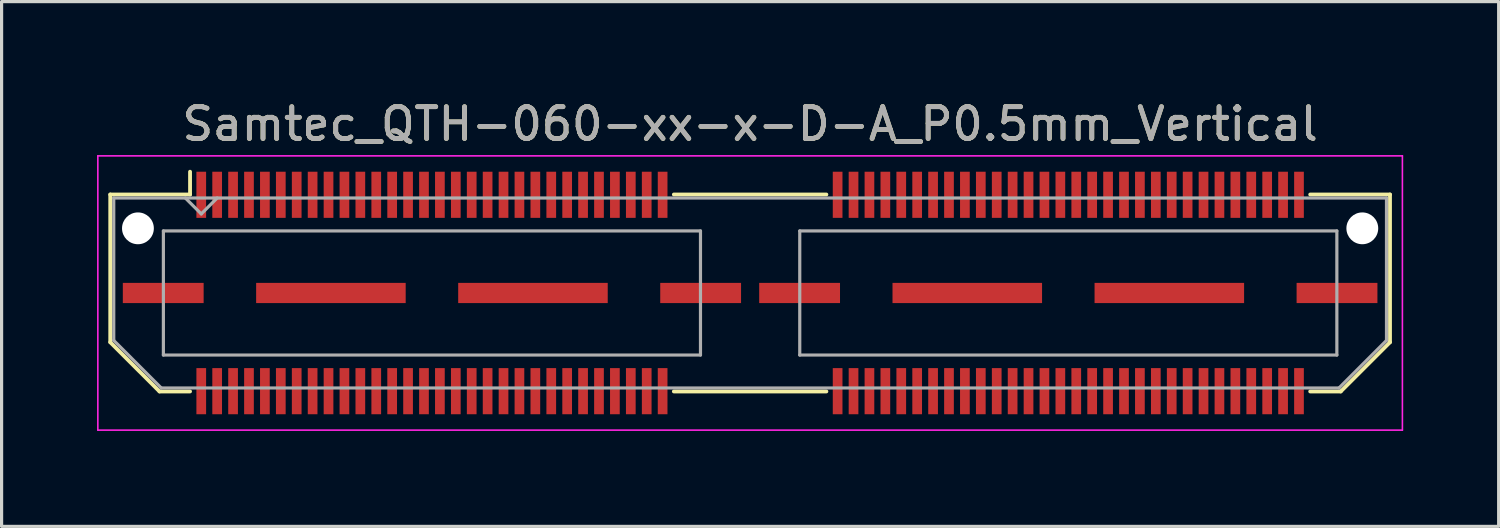
<source format=kicad_pcb>
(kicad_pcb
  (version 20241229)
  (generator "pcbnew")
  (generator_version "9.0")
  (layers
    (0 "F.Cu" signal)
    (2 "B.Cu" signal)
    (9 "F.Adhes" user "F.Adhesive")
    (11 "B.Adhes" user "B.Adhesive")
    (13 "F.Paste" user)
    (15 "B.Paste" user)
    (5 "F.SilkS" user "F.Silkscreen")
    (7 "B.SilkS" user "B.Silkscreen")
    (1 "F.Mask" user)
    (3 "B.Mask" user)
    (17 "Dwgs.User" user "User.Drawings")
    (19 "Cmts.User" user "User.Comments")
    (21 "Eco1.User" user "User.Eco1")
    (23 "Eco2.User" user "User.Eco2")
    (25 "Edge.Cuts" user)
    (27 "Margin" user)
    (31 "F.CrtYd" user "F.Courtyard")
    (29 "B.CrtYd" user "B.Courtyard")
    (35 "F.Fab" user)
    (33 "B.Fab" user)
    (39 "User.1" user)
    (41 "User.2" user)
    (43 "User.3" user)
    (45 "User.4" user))
  (footprint "Samtec_QTH-060-xx-x-D-A_P0.5mm_Vertical"
    (layer "F.Cu")
    (at 20.525 6.158)
    (property "Reference" "Samtec_QTH-060-xx-x-D-A_P0.5mm_Vertical" (at 0 -5.31 0) (layer "F.SilkS") (effects (font (size 1 1) (thickness 0.15))))
    (attr smd)
    (fp_line (start -20.11 -3.095) (end -20.11 1.548) (stroke (width 0.12) (type solid)) (layer "F.SilkS"))
    (fp_line (start -20.11 1.548) (end -18.562 3.095) (stroke (width 0.12) (type solid)) (layer "F.SilkS"))
    (fp_line (start -18.562 3.095) (end -17.602 3.095) (stroke (width 0.12) (type solid)) (layer "F.SilkS"))
    (fp_line (start -17.602 -3.811) (end -17.602 -3.095) (stroke (width 0.12) (type solid)) (layer "F.SilkS"))
    (fp_line (start -17.602 -3.095) (end -20.11 -3.095) (stroke (width 0.12) (type solid)) (layer "F.SilkS"))
    (fp_line (start -2.397 -3.095) (end 2.397 -3.095) (stroke (width 0.12) (type solid)) (layer "F.SilkS"))
    (fp_line (start -2.397 3.095) (end 2.397 3.095) (stroke (width 0.12) (type solid)) (layer "F.SilkS"))
    (fp_line (start 17.602 -3.095) (end 20.11 -3.095) (stroke (width 0.12) (type solid)) (layer "F.SilkS"))
    (fp_line (start 18.562 3.095) (end 17.602 3.095) (stroke (width 0.12) (type solid)) (layer "F.SilkS"))
    (fp_line (start 20.11 -3.095) (end 20.11 1.548) (stroke (width 0.12) (type solid)) (layer "F.SilkS"))
    (fp_line (start 20.11 1.548) (end 18.562 3.095) (stroke (width 0.12) (type solid)) (layer "F.SilkS"))
    (fp_line (start -20.5 -4.31) (end -20.5 4.31) (stroke (width 0.05) (type solid)) (layer "F.CrtYd"))
    (fp_line (start -20.5 4.31) (end 20.5 4.31) (stroke (width 0.05) (type solid)) (layer "F.CrtYd"))
    (fp_line (start 20.5 -4.31) (end -20.5 -4.31) (stroke (width 0.05) (type solid)) (layer "F.CrtYd"))
    (fp_line (start 20.5 4.31) (end 20.5 -4.31) (stroke (width 0.05) (type solid)) (layer "F.CrtYd"))
    (fp_line (start -20 -2.985) (end -20 1.492) (stroke (width 0.1) (type solid)) (layer "F.Fab"))
    (fp_line (start -20 -2.985) (end 20 -2.985) (stroke (width 0.1) (type solid)) (layer "F.Fab"))
    (fp_line (start -20 1.492) (end -18.508 2.985) (stroke (width 0.1) (type solid)) (layer "F.Fab"))
    (fp_line (start -18.508 2.985) (end 18.508 2.985) (stroke (width 0.1) (type solid)) (layer "F.Fab"))
    (fp_line (start -18.44 -1.95) (end -18.44 1.95) (stroke (width 0.1) (type solid)) (layer "F.Fab"))
    (fp_line (start -18.44 1.95) (end -1.56 1.95) (stroke (width 0.1) (type solid)) (layer "F.Fab"))
    (fp_line (start -17.25 -2.485) (end -17.75 -2.985) (stroke (width 0.1) (type solid)) (layer "F.Fab"))
    (fp_line (start -16.75 -2.985) (end -17.25 -2.485) (stroke (width 0.1) (type solid)) (layer "F.Fab"))
    (fp_line (start -1.56 -1.95) (end -18.44 -1.95) (stroke (width 0.1) (type solid)) (layer "F.Fab"))
    (fp_line (start -1.56 1.95) (end -1.56 -1.95) (stroke (width 0.1) (type solid)) (layer "F.Fab"))
    (fp_line (start 1.56 -1.95) (end 1.56 1.95) (stroke (width 0.1) (type solid)) (layer "F.Fab"))
    (fp_line (start 1.56 1.95) (end 18.44 1.95) (stroke (width 0.1) (type solid)) (layer "F.Fab"))
    (fp_line (start 18.44 -1.95) (end 1.56 -1.95) (stroke (width 0.1) (type solid)) (layer "F.Fab"))
    (fp_line (start 18.44 1.95) (end 18.44 -1.95) (stroke (width 0.1) (type solid)) (layer "F.Fab"))
    (fp_line (start 20 -2.985) (end 20 1.492) (stroke (width 0.1) (type solid)) (layer "F.Fab"))
    (fp_line (start 20 1.492) (end 18.508 2.985) (stroke (width 0.1) (type solid)) (layer "F.Fab"))
    (fp_text user "${REFERENCE}" (at 0 -5.31 0) (layer "F.Fab") (effects (font (size 1 1) (thickness 0.15))))
    (pad "" np_thru_hole circle (at -19.24 -2.032) (size 1 1) (drill 1) (layers "*.Cu" "*.Mask"))
    (pad "" np_thru_hole circle (at 19.24 -2.032) (size 1 1) (drill 1) (layers "*.Cu" "*.Mask"))
    (pad "1" smd rect (at -17.25 -3.086) (size 0.305 1.45) (layers "F.Cu" "F.Mask" "F.Paste"))
    (pad "2" smd rect (at -17.25 3.086) (size 0.305 1.45) (layers "F.Cu" "F.Mask" "F.Paste"))
    (pad "3" smd rect (at -16.75 -3.086) (size 0.305 1.45) (layers "F.Cu" "F.Mask" "F.Paste"))
    (pad "4" smd rect (at -16.75 3.086) (size 0.305 1.45) (layers "F.Cu" "F.Mask" "F.Paste"))
    (pad "5" smd rect (at -16.25 -3.086) (size 0.305 1.45) (layers "F.Cu" "F.Mask" "F.Paste"))
    (pad "6" smd rect (at -16.25 3.086) (size 0.305 1.45) (layers "F.Cu" "F.Mask" "F.Paste"))
    (pad "7" smd rect (at -15.75 -3.086) (size 0.305 1.45) (layers "F.Cu" "F.Mask" "F.Paste"))
    (pad "8" smd rect (at -15.75 3.086) (size 0.305 1.45) (layers "F.Cu" "F.Mask" "F.Paste"))
    (pad "9" smd rect (at -15.25 -3.086) (size 0.305 1.45) (layers "F.Cu" "F.Mask" "F.Paste"))
    (pad "10" smd rect (at -15.25 3.086) (size 0.305 1.45) (layers "F.Cu" "F.Mask" "F.Paste"))
    (pad "11" smd rect (at -14.75 -3.086) (size 0.305 1.45) (layers "F.Cu" "F.Mask" "F.Paste"))
    (pad "12" smd rect (at -14.75 3.086) (size 0.305 1.45) (layers "F.Cu" "F.Mask" "F.Paste"))
    (pad "13" smd rect (at -14.25 -3.086) (size 0.305 1.45) (layers "F.Cu" "F.Mask" "F.Paste"))
    (pad "14" smd rect (at -14.25 3.086) (size 0.305 1.45) (layers "F.Cu" "F.Mask" "F.Paste"))
    (pad "15" smd rect (at -13.75 -3.086) (size 0.305 1.45) (layers "F.Cu" "F.Mask" "F.Paste"))
    (pad "16" smd rect (at -13.75 3.086) (size 0.305 1.45) (layers "F.Cu" "F.Mask" "F.Paste"))
    (pad "17" smd rect (at -13.25 -3.086) (size 0.305 1.45) (layers "F.Cu" "F.Mask" "F.Paste"))
    (pad "18" smd rect (at -13.25 3.086) (size 0.305 1.45) (layers "F.Cu" "F.Mask" "F.Paste"))
    (pad "19" smd rect (at -12.75 -3.086) (size 0.305 1.45) (layers "F.Cu" "F.Mask" "F.Paste"))
    (pad "20" smd rect (at -12.75 3.086) (size 0.305 1.45) (layers "F.Cu" "F.Mask" "F.Paste"))
    (pad "21" smd rect (at -12.25 -3.086) (size 0.305 1.45) (layers "F.Cu" "F.Mask" "F.Paste"))
    (pad "22" smd rect (at -12.25 3.086) (size 0.305 1.45) (layers "F.Cu" "F.Mask" "F.Paste"))
    (pad "23" smd rect (at -11.75 -3.086) (size 0.305 1.45) (layers "F.Cu" "F.Mask" "F.Paste"))
    (pad "24" smd rect (at -11.75 3.086) (size 0.305 1.45) (layers "F.Cu" "F.Mask" "F.Paste"))
    (pad "25" smd rect (at -11.25 -3.086) (size 0.305 1.45) (layers "F.Cu" "F.Mask" "F.Paste"))
    (pad "26" smd rect (at -11.25 3.086) (size 0.305 1.45) (layers "F.Cu" "F.Mask" "F.Paste"))
    (pad "27" smd rect (at -10.75 -3.086) (size 0.305 1.45) (layers "F.Cu" "F.Mask" "F.Paste"))
    (pad "28" smd rect (at -10.75 3.086) (size 0.305 1.45) (layers "F.Cu" "F.Mask" "F.Paste"))
    (pad "29" smd rect (at -10.25 -3.086) (size 0.305 1.45) (layers "F.Cu" "F.Mask" "F.Paste"))
    (pad "30" smd rect (at -10.25 3.086) (size 0.305 1.45) (layers "F.Cu" "F.Mask" "F.Paste"))
    (pad "31" smd rect (at -9.75 -3.086) (size 0.305 1.45) (layers "F.Cu" "F.Mask" "F.Paste"))
    (pad "32" smd rect (at -9.75 3.086) (size 0.305 1.45) (layers "F.Cu" "F.Mask" "F.Paste"))
    (pad "33" smd rect (at -9.25 -3.086) (size 0.305 1.45) (layers "F.Cu" "F.Mask" "F.Paste"))
    (pad "34" smd rect (at -9.25 3.086) (size 0.305 1.45) (layers "F.Cu" "F.Mask" "F.Paste"))
    (pad "35" smd rect (at -8.75 -3.086) (size 0.305 1.45) (layers "F.Cu" "F.Mask" "F.Paste"))
    (pad "36" smd rect (at -8.75 3.086) (size 0.305 1.45) (layers "F.Cu" "F.Mask" "F.Paste"))
    (pad "37" smd rect (at -8.25 -3.086) (size 0.305 1.45) (layers "F.Cu" "F.Mask" "F.Paste"))
    (pad "38" smd rect (at -8.25 3.086) (size 0.305 1.45) (layers "F.Cu" "F.Mask" "F.Paste"))
    (pad "39" smd rect (at -7.75 -3.086) (size 0.305 1.45) (layers "F.Cu" "F.Mask" "F.Paste"))
    (pad "40" smd rect (at -7.75 3.086) (size 0.305 1.45) (layers "F.Cu" "F.Mask" "F.Paste"))
    (pad "41" smd rect (at -7.25 -3.086) (size 0.305 1.45) (layers "F.Cu" "F.Mask" "F.Paste"))
    (pad "42" smd rect (at -7.25 3.086) (size 0.305 1.45) (layers "F.Cu" "F.Mask" "F.Paste"))
    (pad "43" smd rect (at -6.75 -3.086) (size 0.305 1.45) (layers "F.Cu" "F.Mask" "F.Paste"))
    (pad "44" smd rect (at -6.75 3.086) (size 0.305 1.45) (layers "F.Cu" "F.Mask" "F.Paste"))
    (pad "45" smd rect (at -6.25 -3.086) (size 0.305 1.45) (layers "F.Cu" "F.Mask" "F.Paste"))
    (pad "46" smd rect (at -6.25 3.086) (size 0.305 1.45) (layers "F.Cu" "F.Mask" "F.Paste"))
    (pad "47" smd rect (at -5.75 -3.086) (size 0.305 1.45) (layers "F.Cu" "F.Mask" "F.Paste"))
    (pad "48" smd rect (at -5.75 3.086) (size 0.305 1.45) (layers "F.Cu" "F.Mask" "F.Paste"))
    (pad "49" smd rect (at -5.25 -3.086) (size 0.305 1.45) (layers "F.Cu" "F.Mask" "F.Paste"))
    (pad "50" smd rect (at -5.25 3.086) (size 0.305 1.45) (layers "F.Cu" "F.Mask" "F.Paste"))
    (pad "51" smd rect (at -4.75 -3.086) (size 0.305 1.45) (layers "F.Cu" "F.Mask" "F.Paste"))
    (pad "52" smd rect (at -4.75 3.086) (size 0.305 1.45) (layers "F.Cu" "F.Mask" "F.Paste"))
    (pad "53" smd rect (at -4.25 -3.086) (size 0.305 1.45) (layers "F.Cu" "F.Mask" "F.Paste"))
    (pad "54" smd rect (at -4.25 3.086) (size 0.305 1.45) (layers "F.Cu" "F.Mask" "F.Paste"))
    (pad "55" smd rect (at -3.75 -3.086) (size 0.305 1.45) (layers "F.Cu" "F.Mask" "F.Paste"))
    (pad "56" smd rect (at -3.75 3.086) (size 0.305 1.45) (layers "F.Cu" "F.Mask" "F.Paste"))
    (pad "57" smd rect (at -3.25 -3.086) (size 0.305 1.45) (layers "F.Cu" "F.Mask" "F.Paste"))
    (pad "58" smd rect (at -3.25 3.086) (size 0.305 1.45) (layers "F.Cu" "F.Mask" "F.Paste"))
    (pad "59" smd rect (at -2.75 -3.086) (size 0.305 1.45) (layers "F.Cu" "F.Mask" "F.Paste"))
    (pad "60" smd rect (at -2.75 3.086) (size 0.305 1.45) (layers "F.Cu" "F.Mask" "F.Paste"))
    (pad "61" smd rect (at 2.75 -3.086) (size 0.305 1.45) (layers "F.Cu" "F.Mask" "F.Paste"))
    (pad "62" smd rect (at 2.75 3.086) (size 0.305 1.45) (layers "F.Cu" "F.Mask" "F.Paste"))
    (pad "63" smd rect (at 3.25 -3.086) (size 0.305 1.45) (layers "F.Cu" "F.Mask" "F.Paste"))
    (pad "64" smd rect (at 3.25 3.086) (size 0.305 1.45) (layers "F.Cu" "F.Mask" "F.Paste"))
    (pad "65" smd rect (at 3.75 -3.086) (size 0.305 1.45) (layers "F.Cu" "F.Mask" "F.Paste"))
    (pad "66" smd rect (at 3.75 3.086) (size 0.305 1.45) (layers "F.Cu" "F.Mask" "F.Paste"))
    (pad "67" smd rect (at 4.25 -3.086) (size 0.305 1.45) (layers "F.Cu" "F.Mask" "F.Paste"))
    (pad "68" smd rect (at 4.25 3.086) (size 0.305 1.45) (layers "F.Cu" "F.Mask" "F.Paste"))
    (pad "69" smd rect (at 4.75 -3.086) (size 0.305 1.45) (layers "F.Cu" "F.Mask" "F.Paste"))
    (pad "70" smd rect (at 4.75 3.086) (size 0.305 1.45) (layers "F.Cu" "F.Mask" "F.Paste"))
    (pad "71" smd rect (at 5.25 -3.086) (size 0.305 1.45) (layers "F.Cu" "F.Mask" "F.Paste"))
    (pad "72" smd rect (at 5.25 3.086) (size 0.305 1.45) (layers "F.Cu" "F.Mask" "F.Paste"))
    (pad "73" smd rect (at 5.75 -3.086) (size 0.305 1.45) (layers "F.Cu" "F.Mask" "F.Paste"))
    (pad "74" smd rect (at 5.75 3.086) (size 0.305 1.45) (layers "F.Cu" "F.Mask" "F.Paste"))
    (pad "75" smd rect (at 6.25 -3.086) (size 0.305 1.45) (layers "F.Cu" "F.Mask" "F.Paste"))
    (pad "76" smd rect (at 6.25 3.086) (size 0.305 1.45) (layers "F.Cu" "F.Mask" "F.Paste"))
    (pad "77" smd rect (at 6.75 -3.086) (size 0.305 1.45) (layers "F.Cu" "F.Mask" "F.Paste"))
    (pad "78" smd rect (at 6.75 3.086) (size 0.305 1.45) (layers "F.Cu" "F.Mask" "F.Paste"))
    (pad "79" smd rect (at 7.25 -3.086) (size 0.305 1.45) (layers "F.Cu" "F.Mask" "F.Paste"))
    (pad "80" smd rect (at 7.25 3.086) (size 0.305 1.45) (layers "F.Cu" "F.Mask" "F.Paste"))
    (pad "81" smd rect (at 7.75 -3.086) (size 0.305 1.45) (layers "F.Cu" "F.Mask" "F.Paste"))
    (pad "82" smd rect (at 7.75 3.086) (size 0.305 1.45) (layers "F.Cu" "F.Mask" "F.Paste"))
    (pad "83" smd rect (at 8.25 -3.086) (size 0.305 1.45) (layers "F.Cu" "F.Mask" "F.Paste"))
    (pad "84" smd rect (at 8.25 3.086) (size 0.305 1.45) (layers "F.Cu" "F.Mask" "F.Paste"))
    (pad "85" smd rect (at 8.75 -3.086) (size 0.305 1.45) (layers "F.Cu" "F.Mask" "F.Paste"))
    (pad "86" smd rect (at 8.75 3.086) (size 0.305 1.45) (layers "F.Cu" "F.Mask" "F.Paste"))
    (pad "87" smd rect (at 9.25 -3.086) (size 0.305 1.45) (layers "F.Cu" "F.Mask" "F.Paste"))
    (pad "88" smd rect (at 9.25 3.086) (size 0.305 1.45) (layers "F.Cu" "F.Mask" "F.Paste"))
    (pad "89" smd rect (at 9.75 -3.086) (size 0.305 1.45) (layers "F.Cu" "F.Mask" "F.Paste"))
    (pad "90" smd rect (at 9.75 3.086) (size 0.305 1.45) (layers "F.Cu" "F.Mask" "F.Paste"))
    (pad "91" smd rect (at 10.25 -3.086) (size 0.305 1.45) (layers "F.Cu" "F.Mask" "F.Paste"))
    (pad "92" smd rect (at 10.25 3.086) (size 0.305 1.45) (layers "F.Cu" "F.Mask" "F.Paste"))
    (pad "93" smd rect (at 10.75 -3.086) (size 0.305 1.45) (layers "F.Cu" "F.Mask" "F.Paste"))
    (pad "94" smd rect (at 10.75 3.086) (size 0.305 1.45) (layers "F.Cu" "F.Mask" "F.Paste"))
    (pad "95" smd rect (at 11.25 -3.086) (size 0.305 1.45) (layers "F.Cu" "F.Mask" "F.Paste"))
    (pad "96" smd rect (at 11.25 3.086) (size 0.305 1.45) (layers "F.Cu" "F.Mask" "F.Paste"))
    (pad "97" smd rect (at 11.75 -3.086) (size 0.305 1.45) (layers "F.Cu" "F.Mask" "F.Paste"))
    (pad "98" smd rect (at 11.75 3.086) (size 0.305 1.45) (layers "F.Cu" "F.Mask" "F.Paste"))
    (pad "99" smd rect (at 12.25 -3.086) (size 0.305 1.45) (layers "F.Cu" "F.Mask" "F.Paste"))
    (pad "100" smd rect (at 12.25 3.086) (size 0.305 1.45) (layers "F.Cu" "F.Mask" "F.Paste"))
    (pad "101" smd rect (at 12.75 -3.086) (size 0.305 1.45) (layers "F.Cu" "F.Mask" "F.Paste"))
    (pad "102" smd rect (at 12.75 3.086) (size 0.305 1.45) (layers "F.Cu" "F.Mask" "F.Paste"))
    (pad "103" smd rect (at 13.25 -3.086) (size 0.305 1.45) (layers "F.Cu" "F.Mask" "F.Paste"))
    (pad "104" smd rect (at 13.25 3.086) (size 0.305 1.45) (layers "F.Cu" "F.Mask" "F.Paste"))
    (pad "105" smd rect (at 13.75 -3.086) (size 0.305 1.45) (layers "F.Cu" "F.Mask" "F.Paste"))
    (pad "106" smd rect (at 13.75 3.086) (size 0.305 1.45) (layers "F.Cu" "F.Mask" "F.Paste"))
    (pad "107" smd rect (at 14.25 -3.086) (size 0.305 1.45) (layers "F.Cu" "F.Mask" "F.Paste"))
    (pad "108" smd rect (at 14.25 3.086) (size 0.305 1.45) (layers "F.Cu" "F.Mask" "F.Paste"))
    (pad "109" smd rect (at 14.75 -3.086) (size 0.305 1.45) (layers "F.Cu" "F.Mask" "F.Paste"))
    (pad "110" smd rect (at 14.75 3.086) (size 0.305 1.45) (layers "F.Cu" "F.Mask" "F.Paste"))
    (pad "111" smd rect (at 15.25 -3.086) (size 0.305 1.45) (layers "F.Cu" "F.Mask" "F.Paste"))
    (pad "112" smd rect (at 15.25 3.086) (size 0.305 1.45) (layers "F.Cu" "F.Mask" "F.Paste"))
    (pad "113" smd rect (at 15.75 -3.086) (size 0.305 1.45) (layers "F.Cu" "F.Mask" "F.Paste"))
    (pad "114" smd rect (at 15.75 3.086) (size 0.305 1.45) (layers "F.Cu" "F.Mask" "F.Paste"))
    (pad "115" smd rect (at 16.25 -3.086) (size 0.305 1.45) (layers "F.Cu" "F.Mask" "F.Paste"))
    (pad "116" smd rect (at 16.25 3.086) (size 0.305 1.45) (layers "F.Cu" "F.Mask" "F.Paste"))
    (pad "117" smd rect (at 16.75 -3.086) (size 0.305 1.45) (layers "F.Cu" "F.Mask" "F.Paste"))
    (pad "118" smd rect (at 16.75 3.086) (size 0.305 1.45) (layers "F.Cu" "F.Mask" "F.Paste"))
    (pad "119" smd rect (at 17.25 -3.086) (size 0.305 1.45) (layers "F.Cu" "F.Mask" "F.Paste"))
    (pad "120" smd rect (at 17.25 3.086) (size 0.305 1.45) (layers "F.Cu" "F.Mask" "F.Paste"))
    (pad "P1" smd rect (at -18.445 0) (size 2.54 0.635) (layers "F.Cu" "F.Mask" "F.Paste"))
    (pad "P1" smd rect (at -13.175 0) (size 4.7 0.635) (layers "F.Cu" "F.Mask" "F.Paste"))
    (pad "P1" smd rect (at -6.825 0) (size 4.7 0.635) (layers "F.Cu" "F.Mask" "F.Paste"))
    (pad "P1" smd rect (at -1.555 0) (size 2.54 0.635) (layers "F.Cu" "F.Mask" "F.Paste"))
    (pad "P2" smd rect (at 1.555 0) (size 2.54 0.635) (layers "F.Cu" "F.Mask" "F.Paste"))
    (pad "P2" smd rect (at 6.825 0) (size 4.7 0.635) (layers "F.Cu" "F.Mask" "F.Paste"))
    (pad "P2" smd rect (at 13.175 0) (size 4.7 0.635) (layers "F.Cu" "F.Mask" "F.Paste"))
    (pad "P2" smd rect (at 18.445 0) (size 2.54 0.635) (layers "F.Cu" "F.Mask" "F.Paste")))
  (gr_rect
    (start -3 -3)
    (end 44.05 13.493)
    (stroke (width 0.1) (type default))
    (fill no)
    (layer "Edge.Cuts")))
</source>
